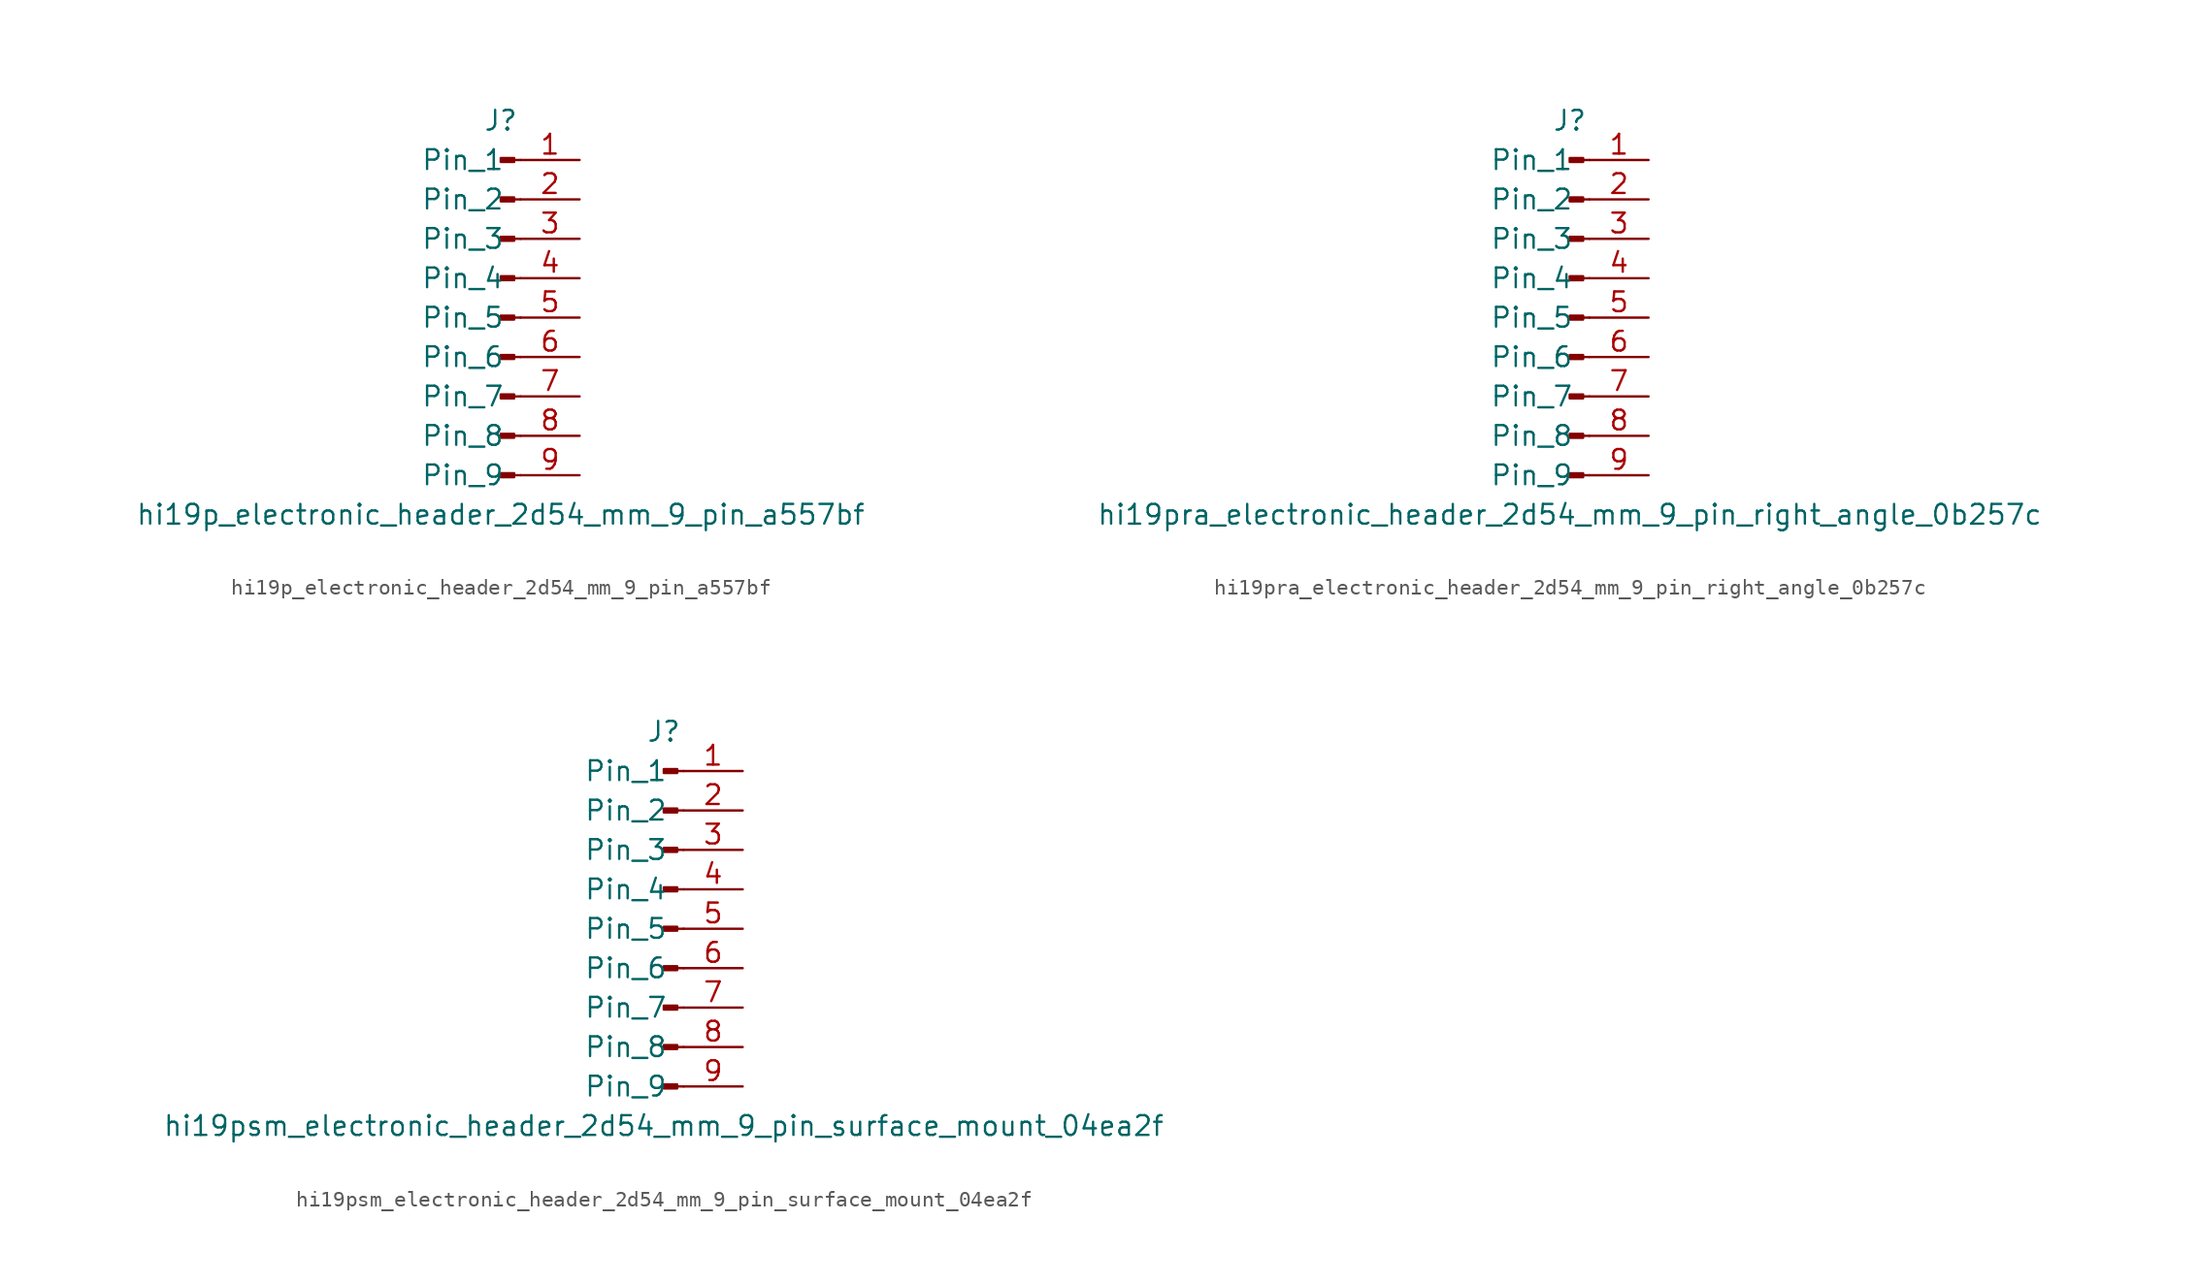
<source format=kicad_sym>
(kicad_symbol_lib
  (version 20220914)
  (generator kicad_symbol_editor)
  (symbol "hi19p_electronic_header_2d54_mm_9_pin_a557bf"
    (pin_names
      (offset 1.016))
    (property "Reference" "J"
      (at 0 12.7 0)
      (effects (font (size 1.27 1.27))))
    (property "Value" "hi19p_electronic_header_2d54_mm_9_pin_a557bf"
      (at 0 -12.7 0)
      (effects (font (size 1.27 1.27))))
    (property "ki_locked" ""
      (at 0 0 0)
      (effects (font (size 1.27 1.27))))
    (symbol "hi19p_electronic_header_2d54_mm_9_pin_a557bf_1_1"
      (polyline (pts (xy 1.27 -10.16) (xy 0.864 -10.16)) (stroke (width 0.152) (type default)) (fill (type none)))
      (polyline (pts (xy 1.27 -7.62) (xy 0.864 -7.62)) (stroke (width 0.152) (type default)) (fill (type none)))
      (polyline (pts (xy 1.27 -5.08) (xy 0.864 -5.08)) (stroke (width 0.152) (type default)) (fill (type none)))
      (polyline (pts (xy 1.27 -2.54) (xy 0.864 -2.54)) (stroke (width 0.152) (type default)) (fill (type none)))
      (polyline (pts (xy 1.27 0) (xy 0.864 0)) (stroke (width 0.152) (type default)) (fill (type none)))
      (polyline (pts (xy 1.27 2.54) (xy 0.864 2.54)) (stroke (width 0.152) (type default)) (fill (type none)))
      (polyline (pts (xy 1.27 5.08) (xy 0.864 5.08)) (stroke (width 0.152) (type default)) (fill (type none)))
      (polyline (pts (xy 1.27 7.62) (xy 0.864 7.62)) (stroke (width 0.152) (type default)) (fill (type none)))
      (polyline (pts (xy 1.27 10.16) (xy 0.864 10.16)) (stroke (width 0.152) (type default)) (fill (type none)))
      (rectangle (start 0.864 -10.033) (end 0 -10.287) (stroke (width 0.152) (type default)) (fill (type outline)))
      (rectangle (start 0.864 -7.493) (end 0 -7.747) (stroke (width 0.152) (type default)) (fill (type outline)))
      (rectangle (start 0.864 -4.953) (end 0 -5.207) (stroke (width 0.152) (type default)) (fill (type outline)))
      (rectangle (start 0.864 -2.413) (end 0 -2.667) (stroke (width 0.152) (type default)) (fill (type outline)))
      (rectangle (start 0.864 0.127) (end 0 -0.127) (stroke (width 0.152) (type default)) (fill (type outline)))
      (rectangle (start 0.864 2.667) (end 0 2.413) (stroke (width 0.152) (type default)) (fill (type outline)))
      (rectangle (start 0.864 5.207) (end 0 4.953) (stroke (width 0.152) (type default)) (fill (type outline)))
      (rectangle (start 0.864 7.747) (end 0 7.493) (stroke (width 0.152) (type default)) (fill (type outline)))
      (rectangle (start 0.864 10.287) (end 0 10.033) (stroke (width 0.152) (type default)) (fill (type outline)))
      (pin passive line (at 5.08 10.16 180) (length 3.81) (name "Pin_1" (effects (font (size 1.27 1.27)))) (number "1" (effects (font (size 1.27 1.27)))))
      (pin passive line (at 5.08 7.62 180) (length 3.81) (name "Pin_2" (effects (font (size 1.27 1.27)))) (number "2" (effects (font (size 1.27 1.27)))))
      (pin passive line (at 5.08 5.08 180) (length 3.81) (name "Pin_3" (effects (font (size 1.27 1.27)))) (number "3" (effects (font (size 1.27 1.27)))))
      (pin passive line (at 5.08 2.54 180) (length 3.81) (name "Pin_4" (effects (font (size 1.27 1.27)))) (number "4" (effects (font (size 1.27 1.27)))))
      (pin passive line (at 5.08 0 180) (length 3.81) (name "Pin_5" (effects (font (size 1.27 1.27)))) (number "5" (effects (font (size 1.27 1.27)))))
      (pin passive line (at 5.08 -2.54 180) (length 3.81) (name "Pin_6" (effects (font (size 1.27 1.27)))) (number "6" (effects (font (size 1.27 1.27)))))
      (pin passive line (at 5.08 -5.08 180) (length 3.81) (name "Pin_7" (effects (font (size 1.27 1.27)))) (number "7" (effects (font (size 1.27 1.27)))))
      (pin passive line (at 5.08 -7.62 180) (length 3.81) (name "Pin_8" (effects (font (size 1.27 1.27)))) (number "8" (effects (font (size 1.27 1.27)))))
      (pin passive line (at 5.08 -10.16 180) (length 3.81) (name "Pin_9" (effects (font (size 1.27 1.27)))) (number "9" (effects (font (size 1.27 1.27)))))))
  (symbol "hi19pra_electronic_header_2d54_mm_9_pin_right_angle_0b257c"
    (pin_names
      (offset 1.016))
    (property "Reference" "J"
      (at 0 12.7 0)
      (effects (font (size 1.27 1.27))))
    (property "Value" "hi19pra_electronic_header_2d54_mm_9_pin_right_angle_0b257c"
      (at 0 -12.7 0)
      (effects (font (size 1.27 1.27))))
    (property "ki_locked" ""
      (at 0 0 0)
      (effects (font (size 1.27 1.27))))
    (symbol "hi19pra_electronic_header_2d54_mm_9_pin_right_angle_0b257c_1_1"
      (polyline (pts (xy 1.27 -10.16) (xy 0.864 -10.16)) (stroke (width 0.152) (type default)) (fill (type none)))
      (polyline (pts (xy 1.27 -7.62) (xy 0.864 -7.62)) (stroke (width 0.152) (type default)) (fill (type none)))
      (polyline (pts (xy 1.27 -5.08) (xy 0.864 -5.08)) (stroke (width 0.152) (type default)) (fill (type none)))
      (polyline (pts (xy 1.27 -2.54) (xy 0.864 -2.54)) (stroke (width 0.152) (type default)) (fill (type none)))
      (polyline (pts (xy 1.27 0) (xy 0.864 0)) (stroke (width 0.152) (type default)) (fill (type none)))
      (polyline (pts (xy 1.27 2.54) (xy 0.864 2.54)) (stroke (width 0.152) (type default)) (fill (type none)))
      (polyline (pts (xy 1.27 5.08) (xy 0.864 5.08)) (stroke (width 0.152) (type default)) (fill (type none)))
      (polyline (pts (xy 1.27 7.62) (xy 0.864 7.62)) (stroke (width 0.152) (type default)) (fill (type none)))
      (polyline (pts (xy 1.27 10.16) (xy 0.864 10.16)) (stroke (width 0.152) (type default)) (fill (type none)))
      (rectangle (start 0.864 -10.033) (end 0 -10.287) (stroke (width 0.152) (type default)) (fill (type outline)))
      (rectangle (start 0.864 -7.493) (end 0 -7.747) (stroke (width 0.152) (type default)) (fill (type outline)))
      (rectangle (start 0.864 -4.953) (end 0 -5.207) (stroke (width 0.152) (type default)) (fill (type outline)))
      (rectangle (start 0.864 -2.413) (end 0 -2.667) (stroke (width 0.152) (type default)) (fill (type outline)))
      (rectangle (start 0.864 0.127) (end 0 -0.127) (stroke (width 0.152) (type default)) (fill (type outline)))
      (rectangle (start 0.864 2.667) (end 0 2.413) (stroke (width 0.152) (type default)) (fill (type outline)))
      (rectangle (start 0.864 5.207) (end 0 4.953) (stroke (width 0.152) (type default)) (fill (type outline)))
      (rectangle (start 0.864 7.747) (end 0 7.493) (stroke (width 0.152) (type default)) (fill (type outline)))
      (rectangle (start 0.864 10.287) (end 0 10.033) (stroke (width 0.152) (type default)) (fill (type outline)))
      (pin passive line (at 5.08 10.16 180) (length 3.81) (name "Pin_1" (effects (font (size 1.27 1.27)))) (number "1" (effects (font (size 1.27 1.27)))))
      (pin passive line (at 5.08 7.62 180) (length 3.81) (name "Pin_2" (effects (font (size 1.27 1.27)))) (number "2" (effects (font (size 1.27 1.27)))))
      (pin passive line (at 5.08 5.08 180) (length 3.81) (name "Pin_3" (effects (font (size 1.27 1.27)))) (number "3" (effects (font (size 1.27 1.27)))))
      (pin passive line (at 5.08 2.54 180) (length 3.81) (name "Pin_4" (effects (font (size 1.27 1.27)))) (number "4" (effects (font (size 1.27 1.27)))))
      (pin passive line (at 5.08 0 180) (length 3.81) (name "Pin_5" (effects (font (size 1.27 1.27)))) (number "5" (effects (font (size 1.27 1.27)))))
      (pin passive line (at 5.08 -2.54 180) (length 3.81) (name "Pin_6" (effects (font (size 1.27 1.27)))) (number "6" (effects (font (size 1.27 1.27)))))
      (pin passive line (at 5.08 -5.08 180) (length 3.81) (name "Pin_7" (effects (font (size 1.27 1.27)))) (number "7" (effects (font (size 1.27 1.27)))))
      (pin passive line (at 5.08 -7.62 180) (length 3.81) (name "Pin_8" (effects (font (size 1.27 1.27)))) (number "8" (effects (font (size 1.27 1.27)))))
      (pin passive line (at 5.08 -10.16 180) (length 3.81) (name "Pin_9" (effects (font (size 1.27 1.27)))) (number "9" (effects (font (size 1.27 1.27)))))))
  (symbol "hi19psm_electronic_header_2d54_mm_9_pin_surface_mount_04ea2f"
    (pin_names
      (offset 1.016))
    (property "Reference" "J"
      (at 0 12.7 0)
      (effects (font (size 1.27 1.27))))
    (property "Value" "hi19psm_electronic_header_2d54_mm_9_pin_surface_mount_04ea2f"
      (at 0 -12.7 0)
      (effects (font (size 1.27 1.27))))
    (property "ki_locked" ""
      (at 0 0 0)
      (effects (font (size 1.27 1.27))))
    (symbol "hi19psm_electronic_header_2d54_mm_9_pin_surface_mount_04ea2f_1_1"
      (polyline (pts (xy 1.27 -10.16) (xy 0.864 -10.16)) (stroke (width 0.152) (type default)) (fill (type none)))
      (polyline (pts (xy 1.27 -7.62) (xy 0.864 -7.62)) (stroke (width 0.152) (type default)) (fill (type none)))
      (polyline (pts (xy 1.27 -5.08) (xy 0.864 -5.08)) (stroke (width 0.152) (type default)) (fill (type none)))
      (polyline (pts (xy 1.27 -2.54) (xy 0.864 -2.54)) (stroke (width 0.152) (type default)) (fill (type none)))
      (polyline (pts (xy 1.27 0) (xy 0.864 0)) (stroke (width 0.152) (type default)) (fill (type none)))
      (polyline (pts (xy 1.27 2.54) (xy 0.864 2.54)) (stroke (width 0.152) (type default)) (fill (type none)))
      (polyline (pts (xy 1.27 5.08) (xy 0.864 5.08)) (stroke (width 0.152) (type default)) (fill (type none)))
      (polyline (pts (xy 1.27 7.62) (xy 0.864 7.62)) (stroke (width 0.152) (type default)) (fill (type none)))
      (polyline (pts (xy 1.27 10.16) (xy 0.864 10.16)) (stroke (width 0.152) (type default)) (fill (type none)))
      (rectangle (start 0.864 -10.033) (end 0 -10.287) (stroke (width 0.152) (type default)) (fill (type outline)))
      (rectangle (start 0.864 -7.493) (end 0 -7.747) (stroke (width 0.152) (type default)) (fill (type outline)))
      (rectangle (start 0.864 -4.953) (end 0 -5.207) (stroke (width 0.152) (type default)) (fill (type outline)))
      (rectangle (start 0.864 -2.413) (end 0 -2.667) (stroke (width 0.152) (type default)) (fill (type outline)))
      (rectangle (start 0.864 0.127) (end 0 -0.127) (stroke (width 0.152) (type default)) (fill (type outline)))
      (rectangle (start 0.864 2.667) (end 0 2.413) (stroke (width 0.152) (type default)) (fill (type outline)))
      (rectangle (start 0.864 5.207) (end 0 4.953) (stroke (width 0.152) (type default)) (fill (type outline)))
      (rectangle (start 0.864 7.747) (end 0 7.493) (stroke (width 0.152) (type default)) (fill (type outline)))
      (rectangle (start 0.864 10.287) (end 0 10.033) (stroke (width 0.152) (type default)) (fill (type outline)))
      (pin passive line (at 5.08 10.16 180) (length 3.81) (name "Pin_1" (effects (font (size 1.27 1.27)))) (number "1" (effects (font (size 1.27 1.27)))))
      (pin passive line (at 5.08 7.62 180) (length 3.81) (name "Pin_2" (effects (font (size 1.27 1.27)))) (number "2" (effects (font (size 1.27 1.27)))))
      (pin passive line (at 5.08 5.08 180) (length 3.81) (name "Pin_3" (effects (font (size 1.27 1.27)))) (number "3" (effects (font (size 1.27 1.27)))))
      (pin passive line (at 5.08 2.54 180) (length 3.81) (name "Pin_4" (effects (font (size 1.27 1.27)))) (number "4" (effects (font (size 1.27 1.27)))))
      (pin passive line (at 5.08 0 180) (length 3.81) (name "Pin_5" (effects (font (size 1.27 1.27)))) (number "5" (effects (font (size 1.27 1.27)))))
      (pin passive line (at 5.08 -2.54 180) (length 3.81) (name "Pin_6" (effects (font (size 1.27 1.27)))) (number "6" (effects (font (size 1.27 1.27)))))
      (pin passive line (at 5.08 -5.08 180) (length 3.81) (name "Pin_7" (effects (font (size 1.27 1.27)))) (number "7" (effects (font (size 1.27 1.27)))))
      (pin passive line (at 5.08 -7.62 180) (length 3.81) (name "Pin_8" (effects (font (size 1.27 1.27)))) (number "8" (effects (font (size 1.27 1.27)))))
      (pin passive line (at 5.08 -10.16 180) (length 3.81) (name "Pin_9" (effects (font (size 1.27 1.27)))) (number "9" (effects (font (size 1.27 1.27))))))))
</source>
